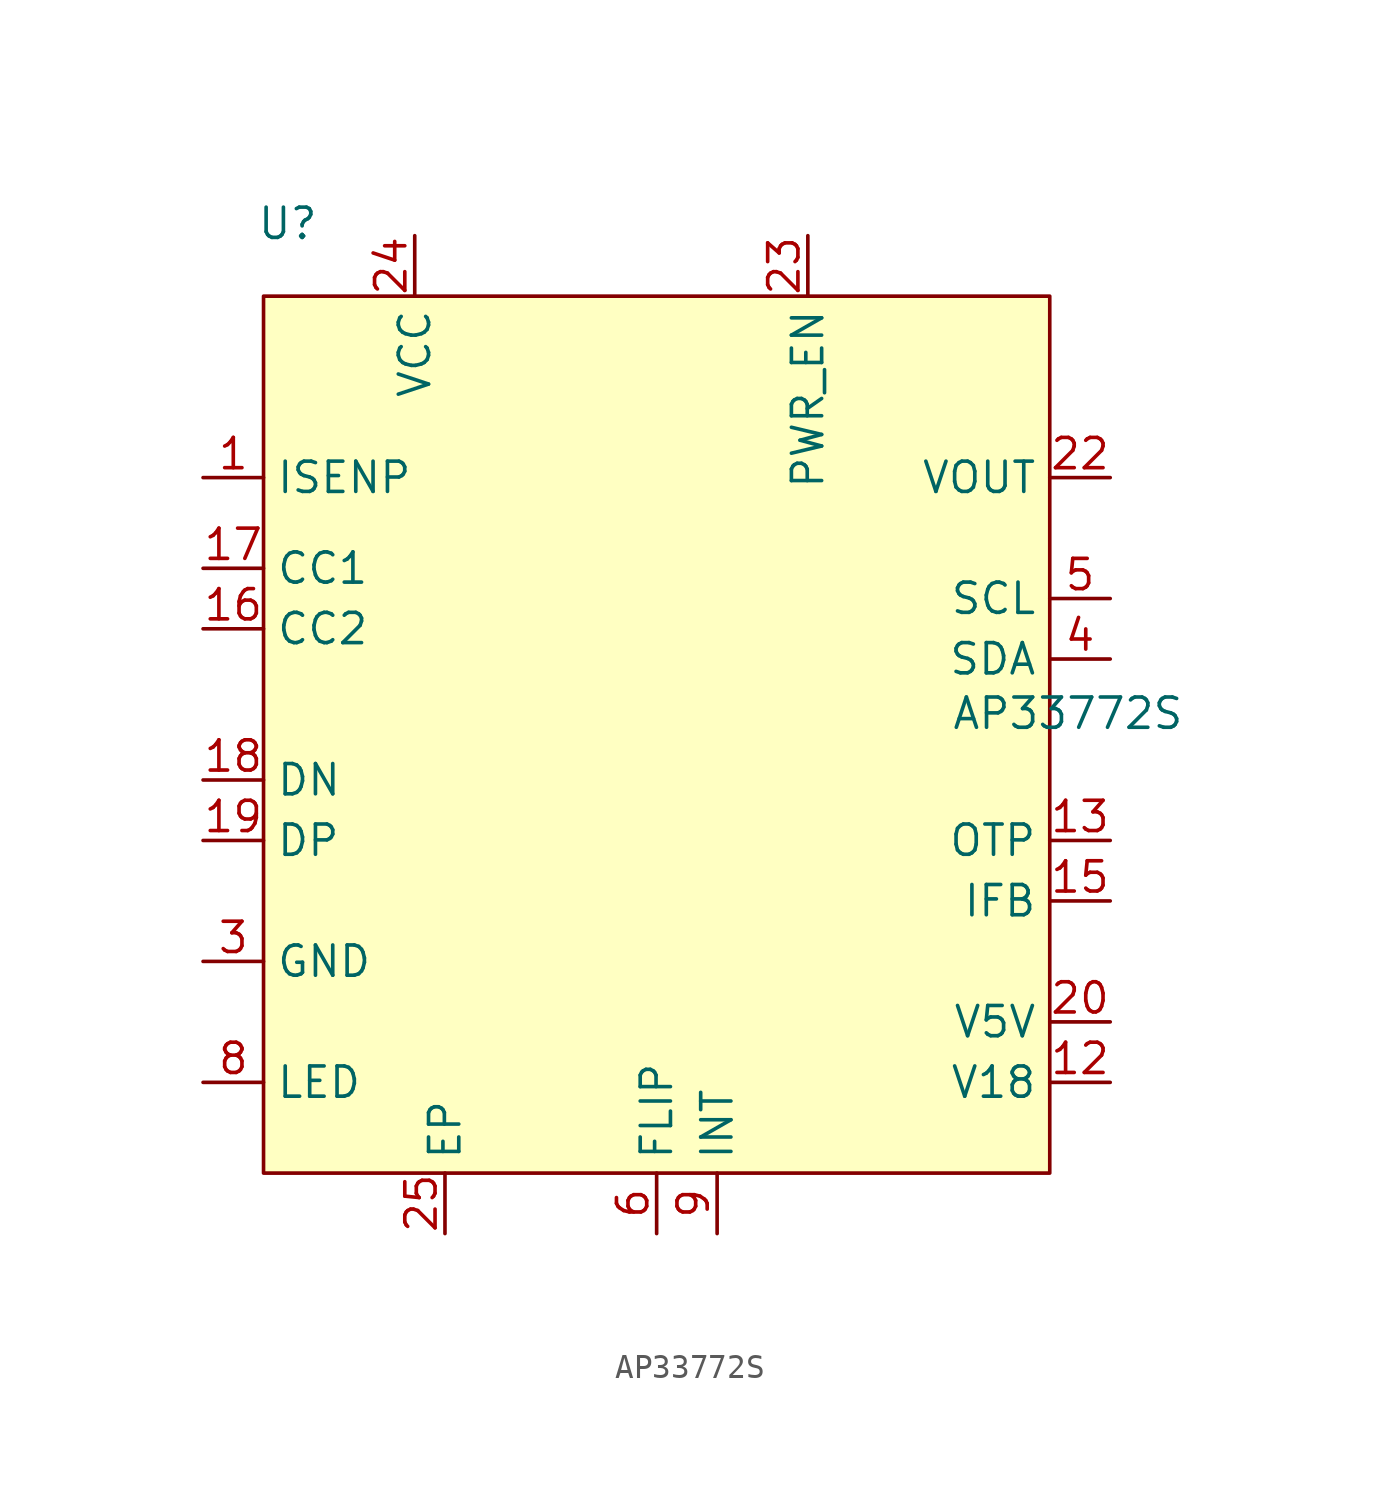
<source format=kicad_sym>
(kicad_symbol_lib
  (version 20231120)
  (generator "kicad_symbol_editor")
  (generator_version "8.0")
  (symbol "AP33772S"
    (property "Reference" "U"
      (at -15.494 22.098 0)
      (effects (font (size 1.27 1.27))))
    (property "Value" "AP33772S"
      (at 17.272 1.524 0)
      (effects (font (size 1.27 1.27))))
    (symbol "AP33772S_1_1"
      (rectangle (start -16.51 19.05) (end 16.51 -17.78) (stroke (width 0) (type default)) (fill (type background)))
      (pin passive line (at -19.05 11.43 0) (length 2.54) (name "ISENP" (effects (font (size 1.27 1.27)))) (number "1" (effects (font (size 1.27 1.27)))))
      (pin no_connect line (at 1.27 1.27 0) (length 2.54) hide (name "NC" (effects (font (size 1.27 1.27)))) (number "10" (effects (font (size 1.27 1.27)))))
      (pin no_connect line (at 1.27 -1.27 0) (length 2.54) hide (name "NC" (effects (font (size 1.27 1.27)))) (number "11" (effects (font (size 1.27 1.27)))))
      (pin passive line (at 19.05 -13.97 180) (length 2.54) (name "V18" (effects (font (size 1.27 1.27)))) (number "12" (effects (font (size 1.27 1.27)))))
      (pin passive line (at 19.05 -3.81 180) (length 2.54) (name "OTP" (effects (font (size 1.27 1.27)))) (number "13" (effects (font (size 1.27 1.27)))))
      (pin no_connect line (at 1.27 -3.81 0) (length 2.54) hide (name "NC" (effects (font (size 1.27 1.27)))) (number "14" (effects (font (size 1.27 1.27)))))
      (pin passive line (at 19.05 -6.35 180) (length 2.54) (name "IFB" (effects (font (size 1.27 1.27)))) (number "15" (effects (font (size 1.27 1.27)))))
      (pin passive line (at -19.05 5.08 0) (length 2.54) (name "CC2" (effects (font (size 1.27 1.27)))) (number "16" (effects (font (size 1.27 1.27)))))
      (pin passive line (at -19.05 7.62 0) (length 2.54) (name "CC1" (effects (font (size 1.27 1.27)))) (number "17" (effects (font (size 1.27 1.27)))))
      (pin passive line (at -19.05 -1.27 0) (length 2.54) (name "DN" (effects (font (size 1.27 1.27)))) (number "18" (effects (font (size 1.27 1.27)))))
      (pin passive line (at -19.05 -3.81 0) (length 2.54) (name "DP" (effects (font (size 1.27 1.27)))) (number "19" (effects (font (size 1.27 1.27)))))
      (pin no_connect line (at 1.27 6.35 0) (length 2.54) hide (name "NC" (effects (font (size 1.27 1.27)))) (number "2" (effects (font (size 1.27 1.27)))))
      (pin passive line (at 19.05 -11.43 180) (length 2.54) (name "V5V" (effects (font (size 1.27 1.27)))) (number "20" (effects (font (size 1.27 1.27)))))
      (pin no_connect line (at 1.27 -6.35 0) (length 2.54) hide (name "NC" (effects (font (size 1.27 1.27)))) (number "21" (effects (font (size 1.27 1.27)))))
      (pin passive line (at 19.05 11.43 180) (length 2.54) (name "VOUT" (effects (font (size 1.27 1.27)))) (number "22" (effects (font (size 1.27 1.27)))))
      (pin passive line (at 6.35 21.59 270) (length 2.54) (name "PWR_EN" (effects (font (size 1.27 1.27)))) (number "23" (effects (font (size 1.27 1.27)))))
      (pin passive line (at -10.16 21.59 270) (length 2.54) (name "VCC" (effects (font (size 1.27 1.27)))) (number "24" (effects (font (size 1.27 1.27)))))
      (pin passive line (at -8.89 -20.32 90) (length 2.54) (name "EP" (effects (font (size 1.27 1.27)))) (number "25" (effects (font (size 1.27 1.27)))))
      (pin passive line (at -19.05 -8.89 0) (length 2.54) (name "GND" (effects (font (size 1.27 1.27)))) (number "3" (effects (font (size 1.27 1.27)))))
      (pin passive line (at 19.05 3.81 180) (length 2.54) (name "SDA" (effects (font (size 1.27 1.27)))) (number "4" (effects (font (size 1.27 1.27)))))
      (pin passive line (at 19.05 6.35 180) (length 2.54) (name "SCL" (effects (font (size 1.27 1.27)))) (number "5" (effects (font (size 1.27 1.27)))))
      (pin passive line (at 0 -20.32 90) (length 2.54) (name "FLIP" (effects (font (size 1.27 1.27)))) (number "6" (effects (font (size 1.27 1.27)))))
      (pin no_connect line (at 1.27 3.81 0) (length 2.54) hide (name "NC" (effects (font (size 1.27 1.27)))) (number "7" (effects (font (size 1.27 1.27)))))
      (pin passive line (at -19.05 -13.97 0) (length 2.54) (name "LED" (effects (font (size 1.27 1.27)))) (number "8" (effects (font (size 1.27 1.27)))))
      (pin passive line (at 2.54 -20.32 90) (length 2.54) (name "INT" (effects (font (size 1.27 1.27)))) (number "9" (effects (font (size 1.27 1.27))))))))
</source>
